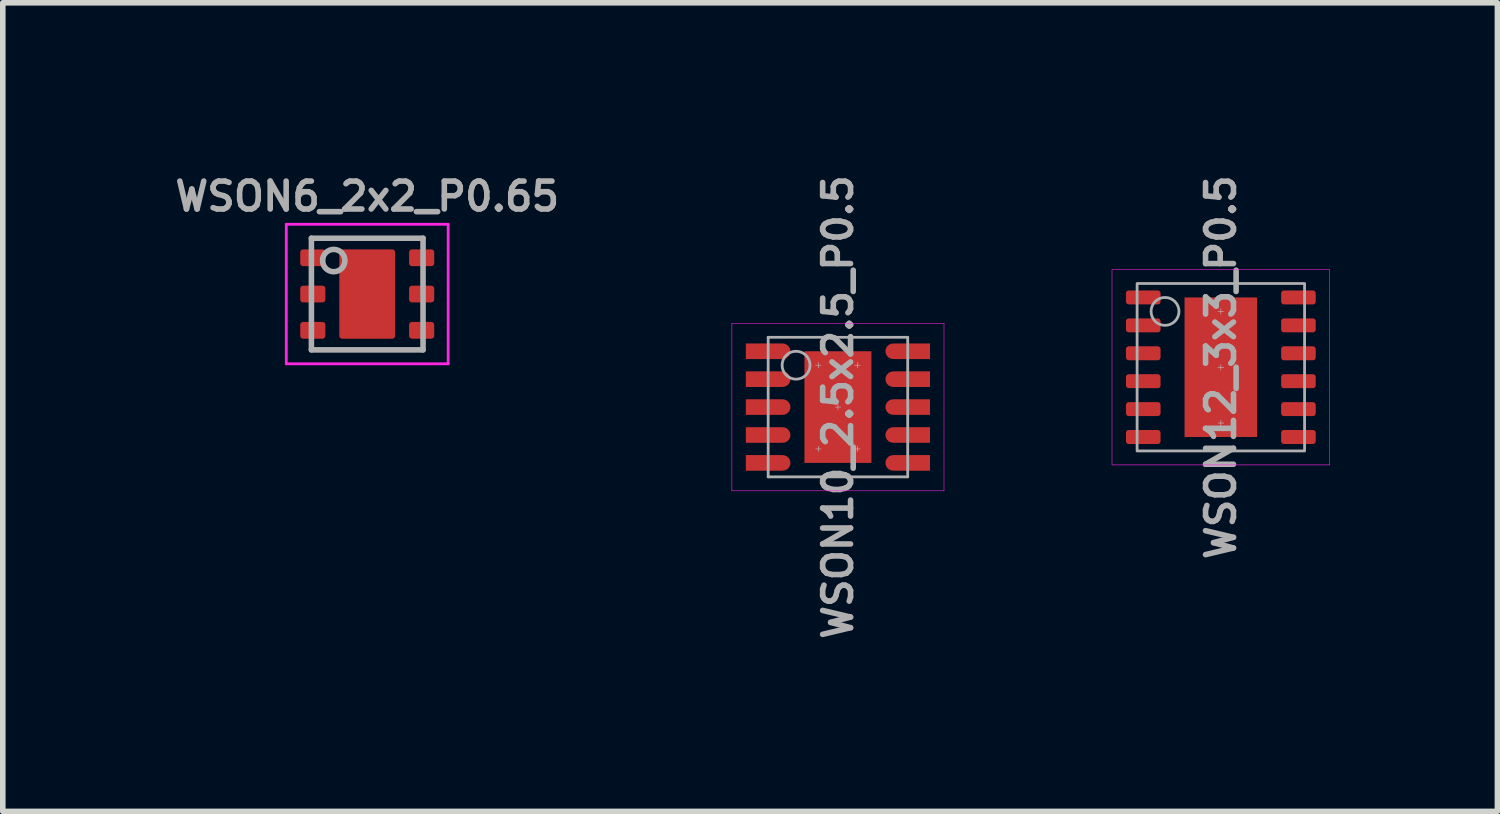
<source format=kicad_pcb>
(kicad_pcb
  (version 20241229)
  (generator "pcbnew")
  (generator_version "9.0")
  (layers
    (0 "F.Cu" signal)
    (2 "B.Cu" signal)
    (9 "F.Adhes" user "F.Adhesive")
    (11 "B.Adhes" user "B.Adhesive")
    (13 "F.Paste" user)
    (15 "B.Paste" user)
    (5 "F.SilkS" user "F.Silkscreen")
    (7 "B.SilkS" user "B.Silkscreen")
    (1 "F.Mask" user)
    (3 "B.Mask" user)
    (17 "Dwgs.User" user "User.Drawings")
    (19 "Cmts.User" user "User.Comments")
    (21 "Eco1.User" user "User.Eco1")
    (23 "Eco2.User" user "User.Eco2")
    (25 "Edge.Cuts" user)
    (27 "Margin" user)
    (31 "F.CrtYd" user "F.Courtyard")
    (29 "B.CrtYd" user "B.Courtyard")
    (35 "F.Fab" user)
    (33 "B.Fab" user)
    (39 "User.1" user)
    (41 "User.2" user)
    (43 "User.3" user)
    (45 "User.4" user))
  (footprint "WSON6_2x2_P0.65"
    (layer "F.Cu")
    (at 3.529 2.218)
    (property "Reference" "WSON6_2x2_P0.65" (at 0 -1.75 0) (layer "F.Fab") (effects (font (size 0.5 0.5) (thickness 0.1))))
    (attr through_hole)
    (fp_line (start -1.45 -1.25) (end 1.45 -1.25) (stroke (width 0.05) (type solid)) (layer "F.CrtYd"))
    (fp_line (start -1.45 1.25) (end -1.45 -1.25) (stroke (width 0.05) (type solid)) (layer "F.CrtYd"))
    (fp_line (start 1.45 -1.25) (end 1.45 1.25) (stroke (width 0.05) (type solid)) (layer "F.CrtYd"))
    (fp_line (start 1.45 1.25) (end -1.45 1.25) (stroke (width 0.05) (type solid)) (layer "F.CrtYd"))
    (fp_line (start -1 -1) (end 1 -1) (stroke (width 0.1) (type solid)) (layer "F.Fab"))
    (fp_line (start -1 1) (end -1 -1) (stroke (width 0.1) (type solid)) (layer "F.Fab"))
    (fp_line (start 1 -1) (end 1 1) (stroke (width 0.1) (type solid)) (layer "F.Fab"))
    (fp_line (start 1 1) (end -1 1) (stroke (width 0.1) (type solid)) (layer "F.Fab"))
    (fp_circle (center -0.6 -0.6) (end -0.4 -0.6) (stroke (width 0.1) (type solid)) (fill no) (layer "F.Fab"))
    (pad "" smd roundrect (at 0 -0.45) (size 1 0.7) (layers "F.Paste") (roundrect_rratio 0.05))
    (pad "" smd roundrect (at 0 0.45) (size 1 0.7) (layers "F.Paste") (roundrect_rratio 0.05))
    (pad "1" smd roundrect (at -0.975 -0.65) (size 0.45 0.3) (layers "F.Cu" "F.Mask" "F.Paste") (roundrect_rratio 0.17))
    (pad "2" smd roundrect (at -0.975 0) (size 0.45 0.3) (layers "F.Cu" "F.Mask" "F.Paste") (roundrect_rratio 0.17))
    (pad "3" smd roundrect (at -0.975 0.65) (size 0.45 0.3) (layers "F.Cu" "F.Mask" "F.Paste") (roundrect_rratio 0.17))
    (pad "4" smd roundrect (at 0.975 0.65) (size 0.45 0.3) (layers "F.Cu" "F.Mask" "F.Paste") (roundrect_rratio 0.17))
    (pad "5" smd roundrect (at 0.975 0) (size 0.45 0.3) (layers "F.Cu" "F.Mask" "F.Paste") (roundrect_rratio 0.17))
    (pad "6" smd roundrect (at 0.975 -0.65) (size 0.45 0.3) (layers "F.Cu" "F.Mask" "F.Paste") (roundrect_rratio 0.17))
    (pad "7" smd roundrect (at 0 0) (size 1 1.6) (layers "F.Cu" "F.Mask") (roundrect_rratio 0.05)))
  (footprint "WSON10_2.5x2.5_P0.5"
    (layer "F.Cu")
    (at 11.962 4.243)
    (property "Reference" "WSON10_2.5x2.5_P0.5" (at 0 0 90) (layer "F.Fab") (effects (font (size 0.5 0.5) (thickness 0.1))))
    (attr through_hole)
    (fp_line (start -0.4 -0.75) (end -0.3 -0.75) (stroke (width 0.01) (type solid)) (layer "Dwgs.User"))
    (fp_line (start -0.35 -0.8) (end -0.35 -0.7) (stroke (width 0.01) (type solid)) (layer "Dwgs.User"))
    (fp_line (start -0.35 0.8) (end -0.35 0.7) (stroke (width 0.01) (type solid)) (layer "Dwgs.User"))
    (fp_line (start -0.3 0.75) (end -0.4 0.75) (stroke (width 0.01) (type solid)) (layer "Dwgs.User"))
    (fp_line (start -0.05 0) (end 0.05 0) (stroke (width 0.01) (type solid)) (layer "Dwgs.User"))
    (fp_line (start 0 -0.05) (end 0 0.05) (stroke (width 0.01) (type solid)) (layer "Dwgs.User"))
    (fp_line (start 0.3 -0.75) (end 0.4 -0.75) (stroke (width 0.01) (type solid)) (layer "Dwgs.User"))
    (fp_line (start 0.35 -0.8) (end 0.35 -0.7) (stroke (width 0.01) (type solid)) (layer "Dwgs.User"))
    (fp_line (start 0.35 0.8) (end 0.35 0.7) (stroke (width 0.01) (type solid)) (layer "Dwgs.User"))
    (fp_line (start 0.4 0.75) (end 0.3 0.75) (stroke (width 0.01) (type solid)) (layer "Dwgs.User"))
    (fp_line (start -1.9 -1.5) (end -1.9 1.5) (stroke (width 0.01) (type solid)) (layer "F.CrtYd"))
    (fp_line (start -1.9 1.5) (end 1.9 1.5) (stroke (width 0.01) (type solid)) (layer "F.CrtYd"))
    (fp_line (start 1.9 -1.5) (end -1.9 -1.5) (stroke (width 0.01) (type solid)) (layer "F.CrtYd"))
    (fp_line (start 1.9 1.5) (end 1.9 -1.5) (stroke (width 0.01) (type solid)) (layer "F.CrtYd"))
    (fp_line (start -1.25 -1.25) (end -1.25 1.25) (stroke (width 0.05) (type solid)) (layer "F.Fab"))
    (fp_line (start -1.25 1.25) (end 1.25 1.25) (stroke (width 0.05) (type solid)) (layer "F.Fab"))
    (fp_line (start 1.25 -1.25) (end -1.25 -1.25) (stroke (width 0.05) (type solid)) (layer "F.Fab"))
    (fp_line (start 1.25 1.25) (end 1.25 -1.25) (stroke (width 0.05) (type solid)) (layer "F.Fab"))
    (fp_circle (center -0.75 -0.75) (end -0.75 -0.5) (stroke (width 0.05) (type solid)) (fill no) (layer "F.Fab"))
    (pad "" smd rect (at -0.335 -0.535) (size 0.45 0.85) (layers "F.Paste"))
    (pad "" smd rect (at -0.335 0.535) (size 0.45 0.85) (layers "F.Paste"))
    (pad "" smd rect (at 0.335 -0.535) (size 0.45 0.85) (layers "F.Paste"))
    (pad "" smd rect (at 0.335 0.535 180) (size 0.45 0.85) (layers "F.Paste"))
    (pad "1" smd custom (at -1.25 -1) (size 0.52 0.28) (layers "F.Cu" "F.Mask" "F.Paste") (options (anchor rect)) (primitives (gr_circle (center 0.26 0) (end 0.4 0) (width 0) (fill yes)) (gr_poly (pts (xy -0.26 -0.14) (xy -0.4 -0.14) (xy -0.4 0.14) (xy -0.26 0.14)) (width 0) (fill yes))))
    (pad "2" smd custom (at -1.25 -0.5) (size 0.52 0.28) (layers "F.Cu" "F.Mask" "F.Paste") (options (anchor rect)) (primitives (gr_circle (center 0.26 0) (end 0.4 0) (width 0) (fill yes)) (gr_poly (pts (xy -0.26 -0.14) (xy -0.4 -0.14) (xy -0.4 0.14) (xy -0.26 0.14)) (width 0) (fill yes))))
    (pad "3" smd custom (at -1.25 0) (size 0.52 0.28) (layers "F.Cu" "F.Mask" "F.Paste") (options (anchor rect)) (primitives (gr_circle (center 0.26 0) (end 0.4 0) (width 0) (fill yes)) (gr_poly (pts (xy -0.26 -0.14) (xy -0.4 -0.14) (xy -0.4 0.14) (xy -0.26 0.14)) (width 0) (fill yes))))
    (pad "4" smd custom (at -1.25 0.5) (size 0.52 0.28) (layers "F.Cu" "F.Mask" "F.Paste") (options (anchor rect)) (primitives (gr_circle (center 0.26 0) (end 0.4 0) (width 0) (fill yes)) (gr_poly (pts (xy -0.26 -0.14) (xy -0.4 -0.14) (xy -0.4 0.14) (xy -0.26 0.14)) (width 0) (fill yes))))
    (pad "5" smd custom (at -1.25 1) (size 0.52 0.28) (layers "F.Cu" "F.Mask" "F.Paste") (options (anchor rect)) (primitives (gr_circle (center 0.26 0) (end 0.4 0) (width 0) (fill yes)) (gr_poly (pts (xy -0.26 -0.14) (xy -0.4 -0.14) (xy -0.4 0.14) (xy -0.26 0.14)) (width 0) (fill yes))))
    (pad "6" smd custom (at 1.25 1 180) (size 0.52 0.28) (layers "F.Cu" "F.Mask" "F.Paste") (options (anchor rect)) (primitives (gr_circle (center 0.26 0) (end 0.4 0) (width 0) (fill yes)) (gr_poly (pts (xy -0.26 -0.14) (xy -0.4 -0.14) (xy -0.4 0.14) (xy -0.26 0.14)) (width 0) (fill yes))))
    (pad "7" smd custom (at 1.25 0.5 180) (size 0.52 0.28) (layers "F.Cu" "F.Mask" "F.Paste") (options (anchor rect)) (primitives (gr_circle (center 0.26 0) (end 0.4 0) (width 0) (fill yes)) (gr_poly (pts (xy -0.26 -0.14) (xy -0.4 -0.14) (xy -0.4 0.14) (xy -0.26 0.14)) (width 0) (fill yes))))
    (pad "8" smd custom (at 1.25 0 180) (size 0.52 0.28) (layers "F.Cu" "F.Mask" "F.Paste") (options (anchor rect)) (primitives (gr_circle (center 0.26 0) (end 0.4 0) (width 0) (fill yes)) (gr_poly (pts (xy -0.26 -0.14) (xy -0.4 -0.14) (xy -0.4 0.14) (xy -0.26 0.14)) (width 0) (fill yes))))
    (pad "9" smd custom (at 1.25 -0.5 180) (size 0.52 0.28) (layers "F.Cu" "F.Mask" "F.Paste") (options (anchor rect)) (primitives (gr_circle (center 0.26 0) (end 0.4 0) (width 0) (fill yes)) (gr_poly (pts (xy -0.26 -0.14) (xy -0.4 -0.14) (xy -0.4 0.14) (xy -0.26 0.14)) (width 0) (fill yes))))
    (pad "10" smd custom (at 1.25 -1 180) (size 0.52 0.28) (layers "F.Cu" "F.Mask" "F.Paste") (options (anchor rect)) (primitives (gr_circle (center 0.26 0) (end 0.4 0) (width 0) (fill yes)) (gr_poly (pts (xy -0.26 -0.14) (xy -0.4 -0.14) (xy -0.4 0.14) (xy -0.26 0.14)) (width 0) (fill yes))))
    (pad "11" smd rect (at 0 0 180) (size 1.2 2) (layers "F.Cu" "F.Mask")))
  (footprint "WSON12_3x3_P0.5"
    (layer "F.Cu")
    (at 18.822 3.529)
    (property "Reference" "WSON12_3x3_P0.5" (at 0 0 90) (layer "F.Fab") (effects (font (size 0.5 0.5) (thickness 0.1))))
    (attr smd)
    (fp_line (start -0.05 -1) (end 0.05 -1) (stroke (width 0.01) (type solid)) (layer "Dwgs.User"))
    (fp_line (start -0.05 0) (end 0.05 0) (stroke (width 0.01) (type solid)) (layer "Dwgs.User"))
    (fp_line (start 0 -1.05) (end 0 -0.95) (stroke (width 0.01) (type solid)) (layer "Dwgs.User"))
    (fp_line (start 0 -0.05) (end 0 0.05) (stroke (width 0.01) (type solid)) (layer "Dwgs.User"))
    (fp_line (start 0 1.05) (end 0 0.95) (stroke (width 0.01) (type solid)) (layer "Dwgs.User"))
    (fp_line (start 0.05 1) (end -0.05 1) (stroke (width 0.01) (type solid)) (layer "Dwgs.User"))
    (fp_rect (start -1.95 -1.75) (end 1.95 1.75) (stroke (width 0.01) (type default)) (fill no) (layer "F.CrtYd"))
    (fp_rect (start -1.5 -1.5) (end 1.5 1.5) (stroke (width 0.05) (type default)) (fill no) (layer "F.Fab"))
    (fp_circle (center -1 -1) (end -0.75 -1) (stroke (width 0.05) (type solid)) (fill no) (layer "F.Fab"))
    (pad "" smd roundrect (at 0 -0.65) (size 1.21 1.1) (layers "F.Paste") (roundrect_rratio 0.045))
    (pad "" smd roundrect (at 0 0.65) (size 1.21 1.1) (layers "F.Paste") (roundrect_rratio 0.045))
    (pad "1" smd roundrect (at -1.39 -1.25 180) (size 0.62 0.25) (layers "F.Cu" "F.Mask" "F.Paste") (roundrect_rratio 0.2))
    (pad "2" smd roundrect (at -1.39 -0.75 180) (size 0.62 0.25) (layers "F.Cu" "F.Mask" "F.Paste") (roundrect_rratio 0.2))
    (pad "3" smd roundrect (at -1.39 -0.25 180) (size 0.62 0.25) (layers "F.Cu" "F.Mask" "F.Paste") (roundrect_rratio 0.2))
    (pad "4" smd roundrect (at -1.39 0.25 180) (size 0.62 0.25) (layers "F.Cu" "F.Mask" "F.Paste") (roundrect_rratio 0.2))
    (pad "5" smd roundrect (at -1.39 0.75 180) (size 0.62 0.25) (layers "F.Cu" "F.Mask" "F.Paste") (roundrect_rratio 0.2))
    (pad "6" smd roundrect (at -1.39 1.25 180) (size 0.62 0.25) (layers "F.Cu" "F.Mask" "F.Paste") (roundrect_rratio 0.2))
    (pad "7" smd roundrect (at 1.39 1.25 180) (size 0.62 0.25) (layers "F.Cu" "F.Mask" "F.Paste") (roundrect_rratio 0.2))
    (pad "8" smd roundrect (at 1.39 0.75 180) (size 0.62 0.25) (layers "F.Cu" "F.Mask" "F.Paste") (roundrect_rratio 0.2))
    (pad "9" smd roundrect (at 1.39 0.25 180) (size 0.62 0.25) (layers "F.Cu" "F.Mask" "F.Paste") (roundrect_rratio 0.2))
    (pad "10" smd roundrect (at 1.39 -0.25 180) (size 0.62 0.25) (layers "F.Cu" "F.Mask" "F.Paste") (roundrect_rratio 0.2))
    (pad "11" smd roundrect (at 1.39 -0.75 180) (size 0.62 0.25) (layers "F.Cu" "F.Mask" "F.Paste") (roundrect_rratio 0.2))
    (pad "12" smd roundrect (at 1.39 -1.25 180) (size 0.62 0.25) (layers "F.Cu" "F.Mask" "F.Paste") (roundrect_rratio 0.2))
    (pad "13" smd rect (at 0 0 180) (size 1.3 2.5) (layers "F.Cu" "F.Mask")))
  (gr_rect
    (start -3 -3)
    (end 23.777 11.486)
    (stroke (width 0.1) (type default))
    (fill no)
    (layer "Edge.Cuts")))
</source>
